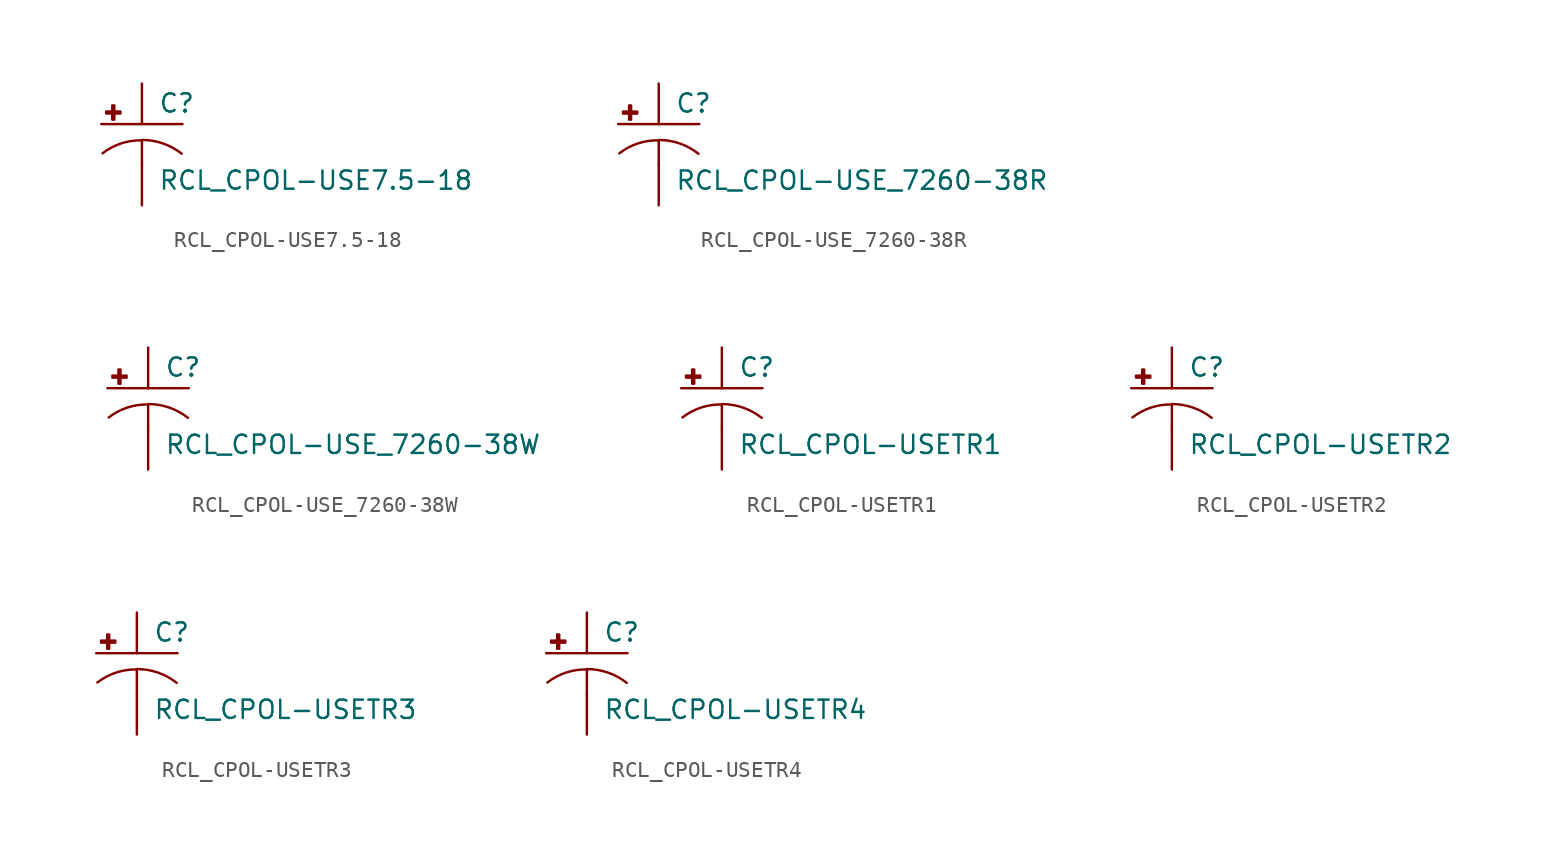
<source format=kicad_sym>
(kicad_symbol_lib
  (version 20210619)
  (generator kicad_symbol_editor)
  (symbol "RCL_CPOL-USE7.5-18"
    (pin_numbers hide)
    (pin_names
      (offset 1.016) hide)
    (property "Reference" "C"
      (at 1.016 0.635 0)
      (effects (font (size 1.143 1.143)) (justify left bottom)))
    (property "Value" "RCL_CPOL-USE7.5-18"
      (at 1.016 -4.191 0)
      (effects (font (size 1.143 1.143)) (justify left bottom)))
    (property "ki_locked" ""
      (at 0 0 0)
      (effects (font (size 1.27 1.27))))
    (symbol "RCL_CPOL-USE7.5-18_1_0"
      (polyline (pts (xy -2.54 0) (xy 2.54 0)) (stroke (width 0)) (fill (type none)))
      (polyline (pts (xy 0 -1.016) (xy 0 -2.54)) (stroke (width 0)) (fill (type none)))
      (polyline (pts (xy 0 -1.016) (xy 0 -1.016)) (stroke (width 0)) (fill (type none))))
    (symbol "RCL_CPOL-USE7.5-18_1_1"
      (arc (start 0 -1.016) (end -2.4638 -1.8288) (radius (at 0 -5.0546) (length 4.0386) (angles 90.1 127.3)) (stroke (width 0)) (fill (type none)))
      (arc (start 2.4892 -1.8542) (end 0 -0.9906) (radius (at 0 -5.0292) (length 4.0386) (angles 52.3 89.9)) (stroke (width 0)) (fill (type none)))
      (rectangle (start -2.235 0.66) (end -1.346 0.787) (stroke (width 0)) (fill (type outline)))
      (rectangle (start -1.854 0.279) (end -1.727 1.168) (stroke (width 0)) (fill (type outline)))
      (pin passive line (at 0 2.54 270) (length 2.54) (name "+" (effects (font (size 1.016 1.016)))) (number "+" (effects (font (size 1.016 1.016)))))
      (pin passive line (at 0 -5.08 90) (length 2.54) (name "-" (effects (font (size 1.016 1.016)))) (number "-" (effects (font (size 1.016 1.016)))))))
  (symbol "RCL_CPOL-USE_7260-38R"
    (pin_numbers hide)
    (pin_names
      (offset 1.016) hide)
    (property "Reference" "C"
      (at 1.016 0.635 0)
      (effects (font (size 1.143 1.143)) (justify left bottom)))
    (property "Value" "RCL_CPOL-USE_7260-38R"
      (at 1.016 -4.191 0)
      (effects (font (size 1.143 1.143)) (justify left bottom)))
    (property "ki_locked" ""
      (at 0 0 0)
      (effects (font (size 1.27 1.27))))
    (symbol "RCL_CPOL-USE_7260-38R_1_0"
      (polyline (pts (xy -2.54 0) (xy 2.54 0)) (stroke (width 0)) (fill (type none)))
      (polyline (pts (xy 0 -1.016) (xy 0 -2.54)) (stroke (width 0)) (fill (type none)))
      (polyline (pts (xy 0 -1.016) (xy 0 -1.016)) (stroke (width 0)) (fill (type none))))
    (symbol "RCL_CPOL-USE_7260-38R_1_1"
      (arc (start 0 -1.016) (end -2.4638 -1.8288) (radius (at 0 -5.0546) (length 4.0386) (angles 90.1 127.3)) (stroke (width 0)) (fill (type none)))
      (arc (start 2.4892 -1.8542) (end 0 -0.9906) (radius (at 0 -5.0292) (length 4.0386) (angles 52.3 89.9)) (stroke (width 0)) (fill (type none)))
      (rectangle (start -2.235 0.66) (end -1.346 0.787) (stroke (width 0)) (fill (type outline)))
      (rectangle (start -1.854 0.279) (end -1.727 1.168) (stroke (width 0)) (fill (type outline)))
      (pin passive line (at 0 2.54 270) (length 2.54) (name "+" (effects (font (size 1.016 1.016)))) (number "+" (effects (font (size 1.016 1.016)))))
      (pin passive line (at 0 -5.08 90) (length 2.54) (name "-" (effects (font (size 1.016 1.016)))) (number "-" (effects (font (size 1.016 1.016)))))))
  (symbol "RCL_CPOL-USE_7260-38W"
    (pin_numbers hide)
    (pin_names
      (offset 1.016) hide)
    (property "Reference" "C"
      (at 1.016 0.635 0)
      (effects (font (size 1.143 1.143)) (justify left bottom)))
    (property "Value" "RCL_CPOL-USE_7260-38W"
      (at 1.016 -4.191 0)
      (effects (font (size 1.143 1.143)) (justify left bottom)))
    (property "ki_locked" ""
      (at 0 0 0)
      (effects (font (size 1.27 1.27))))
    (symbol "RCL_CPOL-USE_7260-38W_1_0"
      (polyline (pts (xy -2.54 0) (xy 2.54 0)) (stroke (width 0)) (fill (type none)))
      (polyline (pts (xy 0 -1.016) (xy 0 -2.54)) (stroke (width 0)) (fill (type none)))
      (polyline (pts (xy 0 -1.016) (xy 0 -1.016)) (stroke (width 0)) (fill (type none))))
    (symbol "RCL_CPOL-USE_7260-38W_1_1"
      (arc (start 0 -1.016) (end -2.4638 -1.8288) (radius (at 0 -5.0546) (length 4.0386) (angles 90.1 127.3)) (stroke (width 0)) (fill (type none)))
      (arc (start 2.4892 -1.8542) (end 0 -0.9906) (radius (at 0 -5.0292) (length 4.0386) (angles 52.3 89.9)) (stroke (width 0)) (fill (type none)))
      (rectangle (start -2.235 0.66) (end -1.346 0.787) (stroke (width 0)) (fill (type outline)))
      (rectangle (start -1.854 0.279) (end -1.727 1.168) (stroke (width 0)) (fill (type outline)))
      (pin passive line (at 0 2.54 270) (length 2.54) (name "+" (effects (font (size 1.016 1.016)))) (number "+" (effects (font (size 1.016 1.016)))))
      (pin passive line (at 0 -5.08 90) (length 2.54) (name "-" (effects (font (size 1.016 1.016)))) (number "-" (effects (font (size 1.016 1.016)))))))
  (symbol "RCL_CPOL-USETR1"
    (pin_numbers hide)
    (pin_names
      (offset 1.016) hide)
    (property "Reference" "C"
      (at 1.016 0.635 0)
      (effects (font (size 1.143 1.143)) (justify left bottom)))
    (property "Value" "RCL_CPOL-USETR1"
      (at 1.016 -4.191 0)
      (effects (font (size 1.143 1.143)) (justify left bottom)))
    (property "ki_locked" ""
      (at 0 0 0)
      (effects (font (size 1.27 1.27))))
    (symbol "RCL_CPOL-USETR1_1_0"
      (polyline (pts (xy -2.54 0) (xy 2.54 0)) (stroke (width 0)) (fill (type none)))
      (polyline (pts (xy 0 -1.016) (xy 0 -2.54)) (stroke (width 0)) (fill (type none)))
      (polyline (pts (xy 0 -1.016) (xy 0 -1.016)) (stroke (width 0)) (fill (type none))))
    (symbol "RCL_CPOL-USETR1_1_1"
      (arc (start 0 -1.016) (end -2.4638 -1.8288) (radius (at 0 -5.0546) (length 4.0386) (angles 90.1 127.3)) (stroke (width 0)) (fill (type none)))
      (arc (start 2.4892 -1.8542) (end 0 -0.9906) (radius (at 0 -5.0292) (length 4.0386) (angles 52.3 89.9)) (stroke (width 0)) (fill (type none)))
      (rectangle (start -2.235 0.66) (end -1.346 0.787) (stroke (width 0)) (fill (type outline)))
      (rectangle (start -1.854 0.279) (end -1.727 1.168) (stroke (width 0)) (fill (type outline)))
      (pin passive line (at 0 2.54 270) (length 2.54) (name "+" (effects (font (size 1.016 1.016)))) (number "+" (effects (font (size 1.016 1.016)))))
      (pin passive line (at 0 -5.08 90) (length 2.54) (name "-" (effects (font (size 1.016 1.016)))) (number "-" (effects (font (size 1.016 1.016)))))))
  (symbol "RCL_CPOL-USETR2"
    (pin_numbers hide)
    (pin_names
      (offset 1.016) hide)
    (property "Reference" "C"
      (at 1.016 0.635 0)
      (effects (font (size 1.143 1.143)) (justify left bottom)))
    (property "Value" "RCL_CPOL-USETR2"
      (at 1.016 -4.191 0)
      (effects (font (size 1.143 1.143)) (justify left bottom)))
    (property "ki_locked" ""
      (at 0 0 0)
      (effects (font (size 1.27 1.27))))
    (symbol "RCL_CPOL-USETR2_1_0"
      (polyline (pts (xy -2.54 0) (xy 2.54 0)) (stroke (width 0)) (fill (type none)))
      (polyline (pts (xy 0 -1.016) (xy 0 -2.54)) (stroke (width 0)) (fill (type none)))
      (polyline (pts (xy 0 -1.016) (xy 0 -1.016)) (stroke (width 0)) (fill (type none))))
    (symbol "RCL_CPOL-USETR2_1_1"
      (arc (start 0 -1.016) (end -2.4638 -1.8288) (radius (at 0 -5.0546) (length 4.0386) (angles 90.1 127.3)) (stroke (width 0)) (fill (type none)))
      (arc (start 2.4892 -1.8542) (end 0 -0.9906) (radius (at 0 -5.0292) (length 4.0386) (angles 52.3 89.9)) (stroke (width 0)) (fill (type none)))
      (rectangle (start -2.235 0.66) (end -1.346 0.787) (stroke (width 0)) (fill (type outline)))
      (rectangle (start -1.854 0.279) (end -1.727 1.168) (stroke (width 0)) (fill (type outline)))
      (pin passive line (at 0 2.54 270) (length 2.54) (name "+" (effects (font (size 1.016 1.016)))) (number "+" (effects (font (size 1.016 1.016)))))
      (pin passive line (at 0 -5.08 90) (length 2.54) (name "-" (effects (font (size 1.016 1.016)))) (number "-" (effects (font (size 1.016 1.016)))))))
  (symbol "RCL_CPOL-USETR3"
    (pin_numbers hide)
    (pin_names
      (offset 1.016) hide)
    (property "Reference" "C"
      (at 1.016 0.635 0)
      (effects (font (size 1.143 1.143)) (justify left bottom)))
    (property "Value" "RCL_CPOL-USETR3"
      (at 1.016 -4.191 0)
      (effects (font (size 1.143 1.143)) (justify left bottom)))
    (property "ki_locked" ""
      (at 0 0 0)
      (effects (font (size 1.27 1.27))))
    (symbol "RCL_CPOL-USETR3_1_0"
      (polyline (pts (xy -2.54 0) (xy 2.54 0)) (stroke (width 0)) (fill (type none)))
      (polyline (pts (xy 0 -1.016) (xy 0 -2.54)) (stroke (width 0)) (fill (type none)))
      (polyline (pts (xy 0 -1.016) (xy 0 -1.016)) (stroke (width 0)) (fill (type none))))
    (symbol "RCL_CPOL-USETR3_1_1"
      (arc (start 0 -1.016) (end -2.4638 -1.8288) (radius (at 0 -5.0546) (length 4.0386) (angles 90.1 127.3)) (stroke (width 0)) (fill (type none)))
      (arc (start 2.4892 -1.8542) (end 0 -0.9906) (radius (at 0 -5.0292) (length 4.0386) (angles 52.3 89.9)) (stroke (width 0)) (fill (type none)))
      (rectangle (start -2.235 0.66) (end -1.346 0.787) (stroke (width 0)) (fill (type outline)))
      (rectangle (start -1.854 0.279) (end -1.727 1.168) (stroke (width 0)) (fill (type outline)))
      (pin passive line (at 0 2.54 270) (length 2.54) (name "+" (effects (font (size 1.016 1.016)))) (number "+" (effects (font (size 1.016 1.016)))))
      (pin passive line (at 0 -5.08 90) (length 2.54) (name "-" (effects (font (size 1.016 1.016)))) (number "-" (effects (font (size 1.016 1.016)))))))
  (symbol "RCL_CPOL-USETR4"
    (pin_numbers hide)
    (pin_names
      (offset 1.016) hide)
    (property "Reference" "C"
      (at 1.016 0.635 0)
      (effects (font (size 1.143 1.143)) (justify left bottom)))
    (property "Value" "RCL_CPOL-USETR4"
      (at 1.016 -4.191 0)
      (effects (font (size 1.143 1.143)) (justify left bottom)))
    (property "ki_locked" ""
      (at 0 0 0)
      (effects (font (size 1.27 1.27))))
    (symbol "RCL_CPOL-USETR4_1_0"
      (polyline (pts (xy -2.54 0) (xy 2.54 0)) (stroke (width 0)) (fill (type none)))
      (polyline (pts (xy 0 -1.016) (xy 0 -2.54)) (stroke (width 0)) (fill (type none)))
      (polyline (pts (xy 0 -1.016) (xy 0 -1.016)) (stroke (width 0)) (fill (type none))))
    (symbol "RCL_CPOL-USETR4_1_1"
      (arc (start 0 -1.016) (end -2.4638 -1.8288) (radius (at 0 -5.0546) (length 4.0386) (angles 90.1 127.3)) (stroke (width 0)) (fill (type none)))
      (arc (start 2.4892 -1.8542) (end 0 -0.9906) (radius (at 0 -5.0292) (length 4.0386) (angles 52.3 89.9)) (stroke (width 0)) (fill (type none)))
      (rectangle (start -2.235 0.66) (end -1.346 0.787) (stroke (width 0)) (fill (type outline)))
      (rectangle (start -1.854 0.279) (end -1.727 1.168) (stroke (width 0)) (fill (type outline)))
      (pin passive line (at 0 2.54 270) (length 2.54) (name "+" (effects (font (size 1.016 1.016)))) (number "+" (effects (font (size 1.016 1.016)))))
      (pin passive line (at 0 -5.08 90) (length 2.54) (name "-" (effects (font (size 1.016 1.016)))) (number "-" (effects (font (size 1.016 1.016))))))))
</source>
